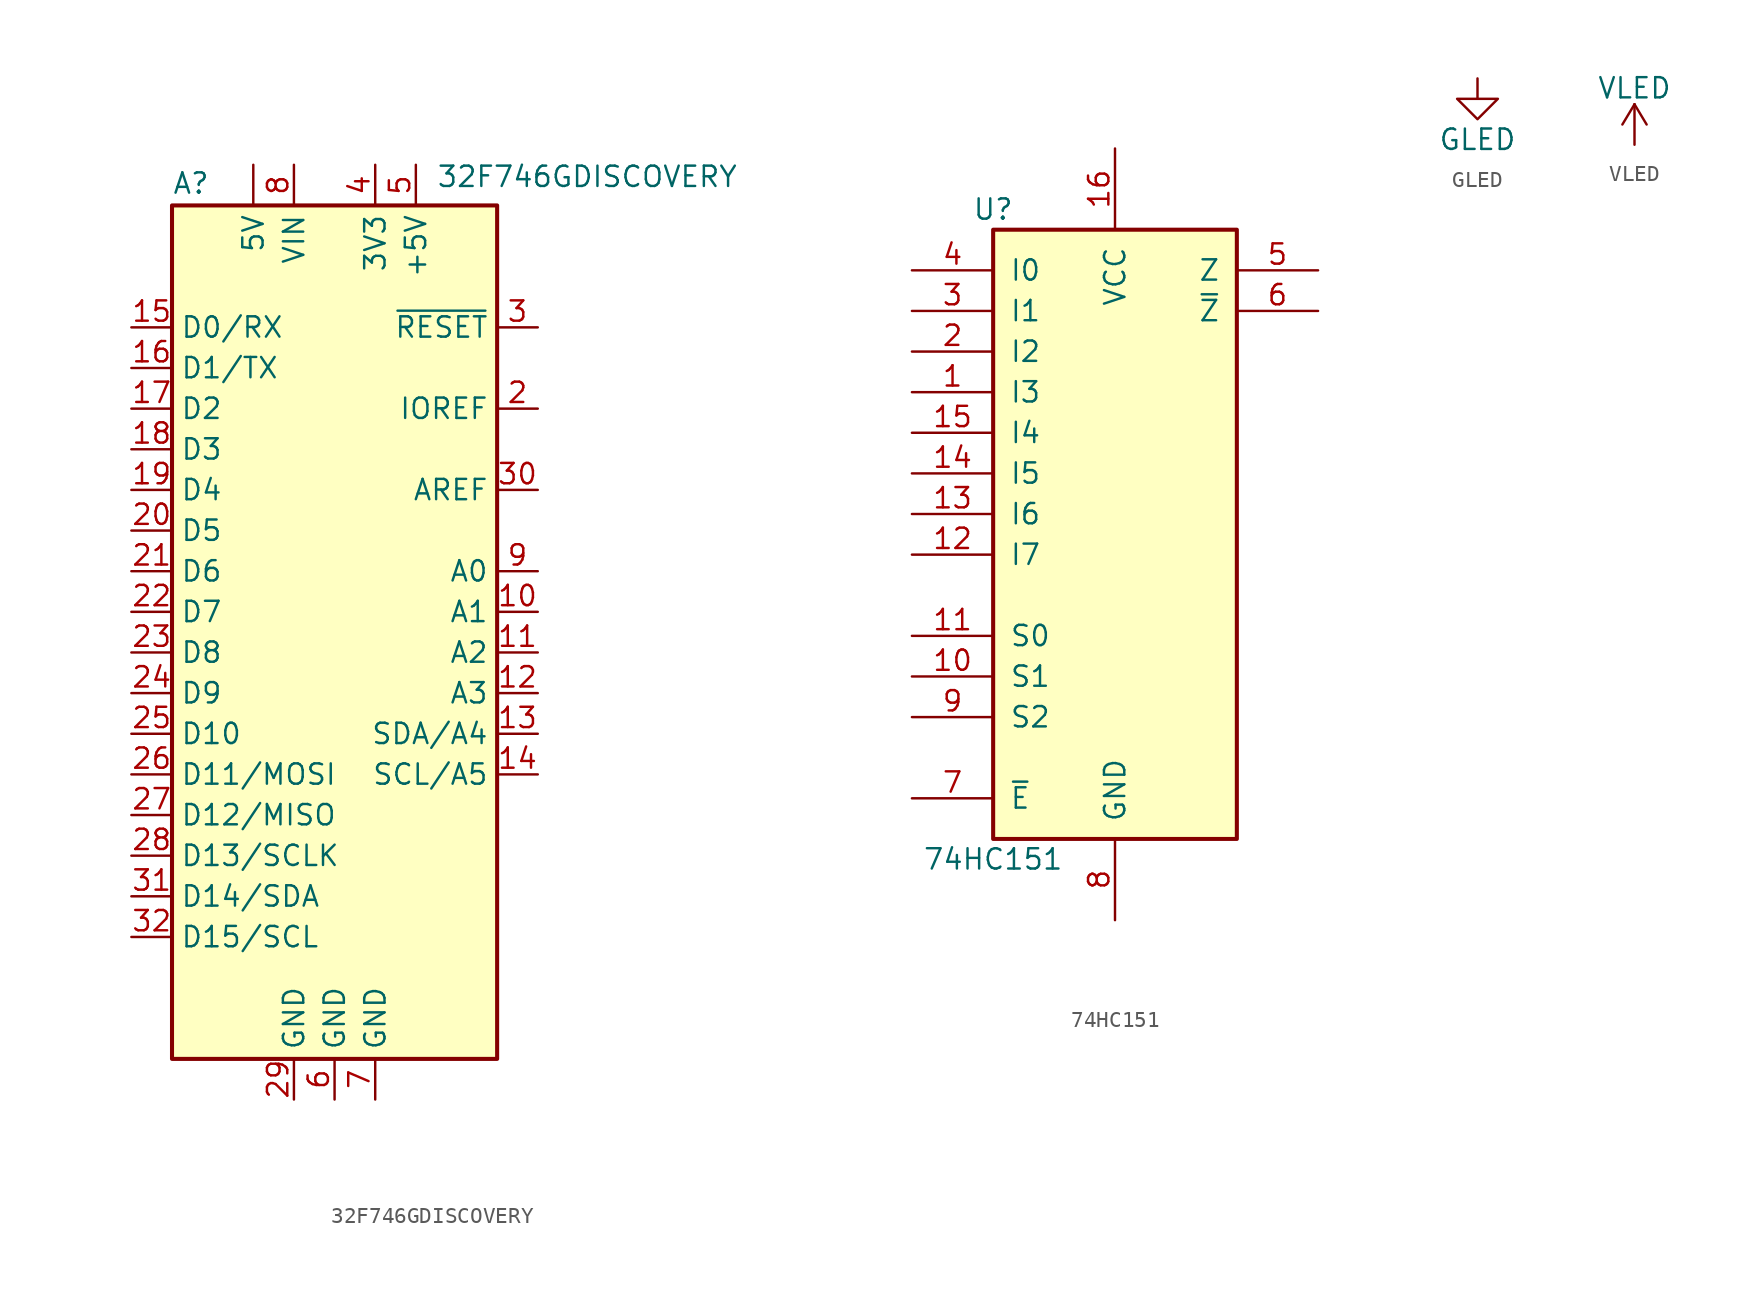
<source format=kicad_sym>
(kicad_symbol_lib
  (version 20211014)
  (generator kicad_symbol_editor)
  (symbol "32F746GDISCOVERY"
    (property "Reference" "A"
      (at -10.16 23.495 0)
      (effects (font (size 1.27 1.27)) (justify left bottom)))
    (property "Value" "32F746GDISCOVERY"
      (at 6.35 25.4 0)
      (effects (font (size 1.27 1.27)) (justify left top)))
    (symbol "32F746GDISCOVERY_0_1"
      (rectangle (start -10.16 22.86) (end 10.16 -30.48) (stroke (width 0.254) (type default) (color 0 0 0 0)) (fill (type background))))
    (symbol "32F746GDISCOVERY_1_1"
      (pin power_in line (at -5.08 25.4 270) (length 2.54) (name "5V" (effects (font (size 1.27 1.27)))) (number "" (effects (font (size 1.27 1.27)))))
      (pin no_connect line (at -12.7 -26.67 0) (length 2.54) hide (name "NC" (effects (font (size 1.27 1.27)))) (number "1" (effects (font (size 1.27 1.27)))))
      (pin bidirectional line (at 12.7 -2.54 180) (length 2.54) (name "A1" (effects (font (size 1.27 1.27)))) (number "10" (effects (font (size 1.27 1.27)))))
      (pin bidirectional line (at 12.7 -5.08 180) (length 2.54) (name "A2" (effects (font (size 1.27 1.27)))) (number "11" (effects (font (size 1.27 1.27)))))
      (pin bidirectional line (at 12.7 -7.62 180) (length 2.54) (name "A3" (effects (font (size 1.27 1.27)))) (number "12" (effects (font (size 1.27 1.27)))))
      (pin bidirectional line (at 12.7 -10.16 180) (length 2.54) (name "SDA/A4" (effects (font (size 1.27 1.27)))) (number "13" (effects (font (size 1.27 1.27)))))
      (pin bidirectional line (at 12.7 -12.7 180) (length 2.54) (name "SCL/A5" (effects (font (size 1.27 1.27)))) (number "14" (effects (font (size 1.27 1.27)))))
      (pin bidirectional line (at -12.7 15.24 0) (length 2.54) (name "D0/RX" (effects (font (size 1.27 1.27)))) (number "15" (effects (font (size 1.27 1.27)))))
      (pin bidirectional line (at -12.7 12.7 0) (length 2.54) (name "D1/TX" (effects (font (size 1.27 1.27)))) (number "16" (effects (font (size 1.27 1.27)))))
      (pin bidirectional line (at -12.7 10.16 0) (length 2.54) (name "D2" (effects (font (size 1.27 1.27)))) (number "17" (effects (font (size 1.27 1.27)))))
      (pin bidirectional line (at -12.7 7.62 0) (length 2.54) (name "D3" (effects (font (size 1.27 1.27)))) (number "18" (effects (font (size 1.27 1.27)))))
      (pin bidirectional line (at -12.7 5.08 0) (length 2.54) (name "D4" (effects (font (size 1.27 1.27)))) (number "19" (effects (font (size 1.27 1.27)))))
      (pin output line (at 12.7 10.16 180) (length 2.54) (name "IOREF" (effects (font (size 1.27 1.27)))) (number "2" (effects (font (size 1.27 1.27)))))
      (pin bidirectional line (at -12.7 2.54 0) (length 2.54) (name "D5" (effects (font (size 1.27 1.27)))) (number "20" (effects (font (size 1.27 1.27)))))
      (pin bidirectional line (at -12.7 0 0) (length 2.54) (name "D6" (effects (font (size 1.27 1.27)))) (number "21" (effects (font (size 1.27 1.27)))))
      (pin bidirectional line (at -12.7 -2.54 0) (length 2.54) (name "D7" (effects (font (size 1.27 1.27)))) (number "22" (effects (font (size 1.27 1.27)))))
      (pin bidirectional line (at -12.7 -5.08 0) (length 2.54) (name "D8" (effects (font (size 1.27 1.27)))) (number "23" (effects (font (size 1.27 1.27)))))
      (pin bidirectional line (at -12.7 -7.62 0) (length 2.54) (name "D9" (effects (font (size 1.27 1.27)))) (number "24" (effects (font (size 1.27 1.27)))))
      (pin bidirectional line (at -12.7 -10.16 0) (length 2.54) (name "D10" (effects (font (size 1.27 1.27)))) (number "25" (effects (font (size 1.27 1.27)))))
      (pin bidirectional line (at -12.7 -12.7 0) (length 2.54) (name "D11/MOSI" (effects (font (size 1.27 1.27)))) (number "26" (effects (font (size 1.27 1.27)))))
      (pin bidirectional line (at -12.7 -15.24 0) (length 2.54) (name "D12/MISO" (effects (font (size 1.27 1.27)))) (number "27" (effects (font (size 1.27 1.27)))))
      (pin bidirectional line (at -12.7 -17.78 0) (length 2.54) (name "D13/SCLK" (effects (font (size 1.27 1.27)))) (number "28" (effects (font (size 1.27 1.27)))))
      (pin power_in line (at -2.54 -33.02 90) (length 2.54) (name "GND" (effects (font (size 1.27 1.27)))) (number "29" (effects (font (size 1.27 1.27)))))
      (pin input line (at 12.7 15.24 180) (length 2.54) (name "~{RESET}" (effects (font (size 1.27 1.27)))) (number "3" (effects (font (size 1.27 1.27)))))
      (pin input line (at 12.7 5.08 180) (length 2.54) (name "AREF" (effects (font (size 1.27 1.27)))) (number "30" (effects (font (size 1.27 1.27)))))
      (pin bidirectional line (at -12.7 -20.32 0) (length 2.54) (name "D14/SDA" (effects (font (size 1.27 1.27)))) (number "31" (effects (font (size 1.27 1.27)))))
      (pin bidirectional line (at -12.7 -22.86 0) (length 2.54) (name "D15/SCL" (effects (font (size 1.27 1.27)))) (number "32" (effects (font (size 1.27 1.27)))))
      (pin power_out line (at 2.54 25.4 270) (length 2.54) (name "3V3" (effects (font (size 1.27 1.27)))) (number "4" (effects (font (size 1.27 1.27)))))
      (pin power_out line (at 5.08 25.4 270) (length 2.54) (name "+5V" (effects (font (size 1.27 1.27)))) (number "5" (effects (font (size 1.27 1.27)))))
      (pin power_in line (at 0 -33.02 90) (length 2.54) (name "GND" (effects (font (size 1.27 1.27)))) (number "6" (effects (font (size 1.27 1.27)))))
      (pin power_in line (at 2.54 -33.02 90) (length 2.54) (name "GND" (effects (font (size 1.27 1.27)))) (number "7" (effects (font (size 1.27 1.27)))))
      (pin power_in line (at -2.54 25.4 270) (length 2.54) (name "VIN" (effects (font (size 1.27 1.27)))) (number "8" (effects (font (size 1.27 1.27)))))
      (pin bidirectional line (at 12.7 0 180) (length 2.54) (name "A0" (effects (font (size 1.27 1.27)))) (number "9" (effects (font (size 1.27 1.27)))))))
  (symbol "74HC151"
    (pin_names
      (offset 1.016))
    (property "Reference" "U"
      (at -7.62 19.05 0)
      (effects (font (size 1.27 1.27))))
    (property "Value" "74HC151"
      (at -7.62 -21.59 0)
      (effects (font (size 1.27 1.27))))
    (symbol "74HC151_1_0"
      (pin input line (at -12.7 7.62 0) (length 5.08) (name "I3" (effects (font (size 1.27 1.27)))) (number "1" (effects (font (size 1.27 1.27)))))
      (pin input line (at -12.7 -10.16 0) (length 5.08) (name "S1" (effects (font (size 1.27 1.27)))) (number "10" (effects (font (size 1.27 1.27)))))
      (pin input line (at -12.7 -7.62 0) (length 5.08) (name "S0" (effects (font (size 1.27 1.27)))) (number "11" (effects (font (size 1.27 1.27)))))
      (pin input line (at -12.7 -2.54 0) (length 5.08) (name "I7" (effects (font (size 1.27 1.27)))) (number "12" (effects (font (size 1.27 1.27)))))
      (pin input line (at -12.7 0 0) (length 5.08) (name "I6" (effects (font (size 1.27 1.27)))) (number "13" (effects (font (size 1.27 1.27)))))
      (pin input line (at -12.7 2.54 0) (length 5.08) (name "I5" (effects (font (size 1.27 1.27)))) (number "14" (effects (font (size 1.27 1.27)))))
      (pin input line (at -12.7 5.08 0) (length 5.08) (name "I4" (effects (font (size 1.27 1.27)))) (number "15" (effects (font (size 1.27 1.27)))))
      (pin power_in line (at 0 22.86 270) (length 5.08) (name "VCC" (effects (font (size 1.27 1.27)))) (number "16" (effects (font (size 1.27 1.27)))))
      (pin input line (at -12.7 10.16 0) (length 5.08) (name "I2" (effects (font (size 1.27 1.27)))) (number "2" (effects (font (size 1.27 1.27)))))
      (pin input line (at -12.7 12.7 0) (length 5.08) (name "I1" (effects (font (size 1.27 1.27)))) (number "3" (effects (font (size 1.27 1.27)))))
      (pin input line (at -12.7 15.24 0) (length 5.08) (name "I0" (effects (font (size 1.27 1.27)))) (number "4" (effects (font (size 1.27 1.27)))))
      (pin output line (at 12.7 15.24 180) (length 5.08) (name "Z" (effects (font (size 1.27 1.27)))) (number "5" (effects (font (size 1.27 1.27)))))
      (pin output line (at 12.7 12.7 180) (length 5.08) (name "~{Z}" (effects (font (size 1.27 1.27)))) (number "6" (effects (font (size 1.27 1.27)))))
      (pin input line (at -12.7 -17.78 0) (length 5.08) (name "~{E}" (effects (font (size 1.27 1.27)))) (number "7" (effects (font (size 1.27 1.27)))))
      (pin power_in line (at 0 -25.4 90) (length 5.08) (name "GND" (effects (font (size 1.27 1.27)))) (number "8" (effects (font (size 1.27 1.27)))))
      (pin input line (at -12.7 -12.7 0) (length 5.08) (name "S2" (effects (font (size 1.27 1.27)))) (number "9" (effects (font (size 1.27 1.27))))))
    (symbol "74HC151_1_1"
      (rectangle (start -7.62 17.78) (end 7.62 -20.32) (stroke (width 0.254) (type default) (color 0 0 0 0)) (fill (type background)))))
  (symbol "GLED"
    (power)
    (pin_names
      (offset 0))
    (property "Reference" "#PWR"
      (at 0 -6.35 0)
      (effects (font (size 1.27 1.27)) hide))
    (property "Value" "GLED"
      (at 0 -3.81 0)
      (effects (font (size 1.27 1.27))))
    (symbol "GLED_0_1"
      (polyline (pts (xy 0 0) (xy 0 -1.27) (xy 1.27 -1.27) (xy 0 -2.54) (xy -1.27 -1.27) (xy 0 -1.27)) (stroke (width 0) (type default) (color 0 0 0 0)) (fill (type none))))
    (symbol "GLED_1_1"
      (pin power_in line (at 0 0 270) (length 0) hide (name "GLED" (effects (font (size 1.27 1.27)))) (number "1" (effects (font (size 1.27 1.27)))))))
  (symbol "VLED"
    (power)
    (pin_names
      (offset 0))
    (property "Reference" "#PWR"
      (at 0 -3.81 0)
      (effects (font (size 1.27 1.27)) hide))
    (property "Value" "VLED"
      (at 0 3.556 0)
      (effects (font (size 1.27 1.27))))
    (symbol "VLED_0_1"
      (polyline (pts (xy -0.762 1.27) (xy 0 2.54)) (stroke (width 0) (type default) (color 0 0 0 0)) (fill (type none)))
      (polyline (pts (xy 0 0) (xy 0 2.54)) (stroke (width 0) (type default) (color 0 0 0 0)) (fill (type none)))
      (polyline (pts (xy 0 2.54) (xy 0.762 1.27)) (stroke (width 0) (type default) (color 0 0 0 0)) (fill (type none))))
    (symbol "VLED_1_1"
      (pin power_in line (at 0 0 90) (length 0) hide (name "VLED" (effects (font (size 1.27 1.27)))) (number "1" (effects (font (size 1.27 1.27))))))))
</source>
